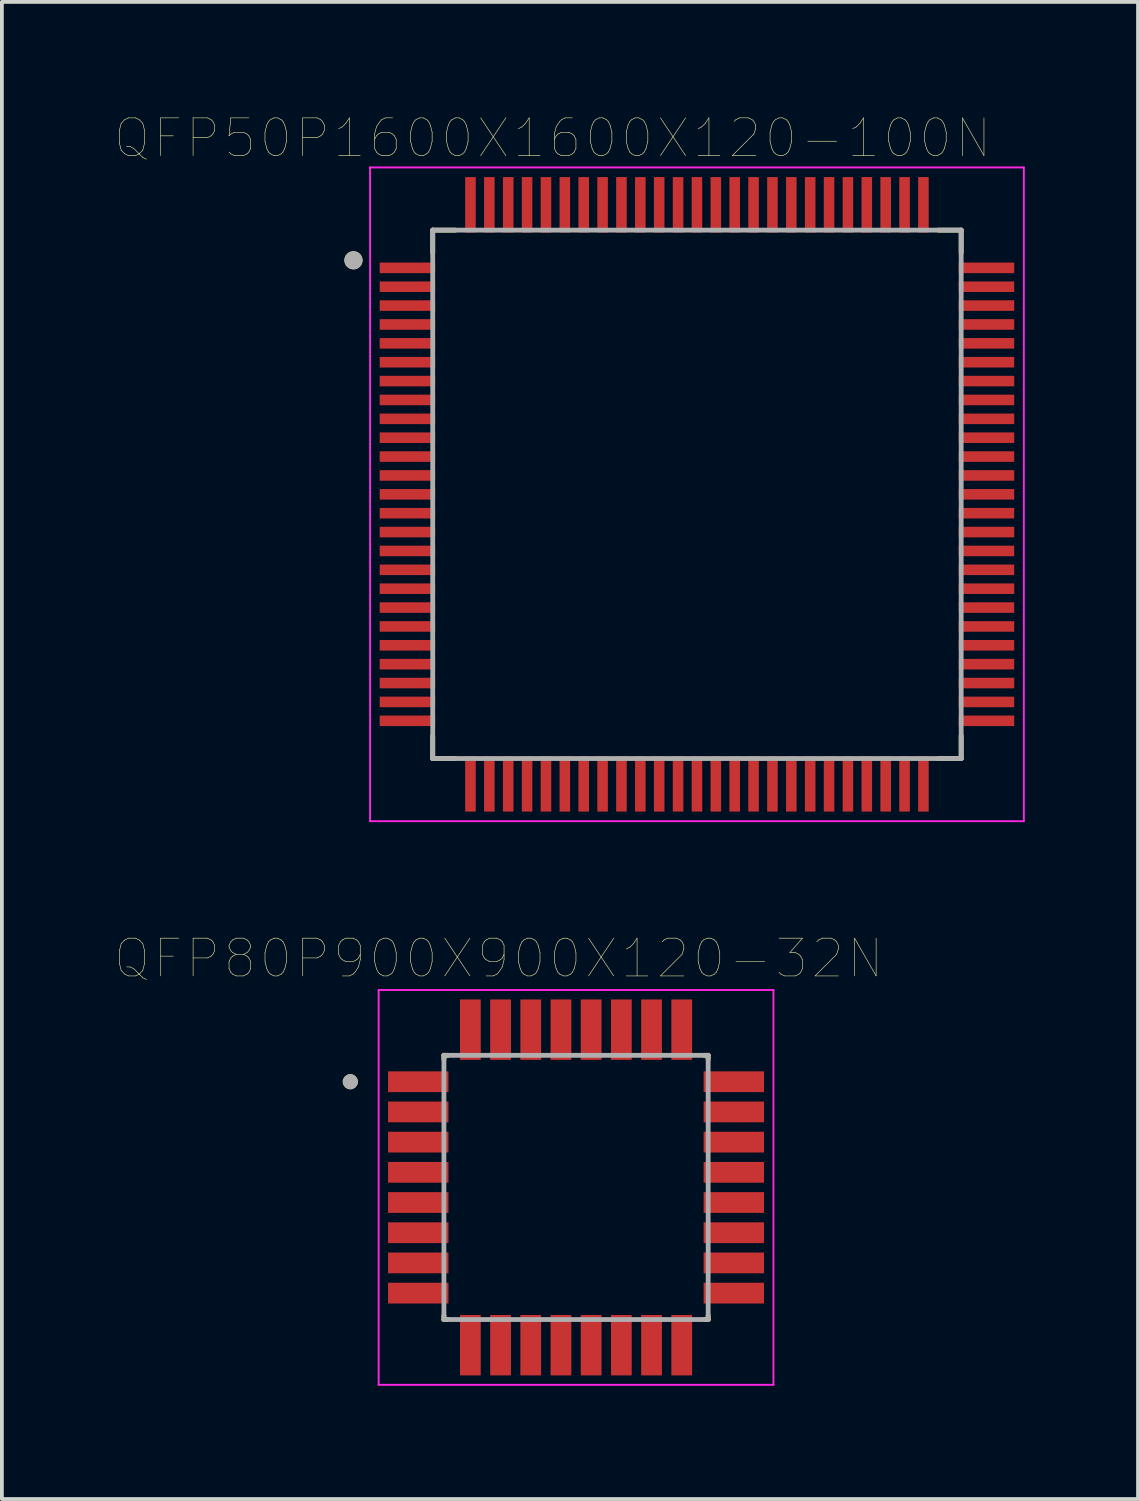
<source format=kicad_pcb>
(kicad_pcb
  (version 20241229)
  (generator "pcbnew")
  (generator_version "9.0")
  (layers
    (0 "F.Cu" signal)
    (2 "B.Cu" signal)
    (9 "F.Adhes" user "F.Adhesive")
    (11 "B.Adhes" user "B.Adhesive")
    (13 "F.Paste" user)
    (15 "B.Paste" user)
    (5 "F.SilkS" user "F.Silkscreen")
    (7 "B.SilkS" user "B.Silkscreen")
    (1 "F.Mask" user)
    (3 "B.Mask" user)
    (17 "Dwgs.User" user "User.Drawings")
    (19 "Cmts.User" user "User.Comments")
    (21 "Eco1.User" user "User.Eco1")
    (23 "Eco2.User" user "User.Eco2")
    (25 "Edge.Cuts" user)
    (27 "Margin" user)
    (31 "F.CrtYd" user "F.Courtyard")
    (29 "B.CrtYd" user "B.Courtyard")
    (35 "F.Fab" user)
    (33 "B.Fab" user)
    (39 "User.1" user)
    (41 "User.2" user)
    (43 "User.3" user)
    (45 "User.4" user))
  (footprint "QFP50P1600X1600X120-100N"
    (layer "F.Cu")
    (at 15.414 10.046)
    (property "Reference" "QFP50P1600X1600X120-100N" (at -3.825 -9.435 0) (layer "F.SilkS") (effects (font (size 1 1) (thickness 0.015))))
    (attr through_hole)
    (fp_line (start -7 -7) (end -6.4 -7) (stroke (width 0.127) (type solid)) (layer "F.SilkS"))
    (fp_line (start -7 -6.4) (end -7 -7) (stroke (width 0.127) (type solid)) (layer "F.SilkS"))
    (fp_line (start -7 7) (end -7 6.4) (stroke (width 0.127) (type solid)) (layer "F.SilkS"))
    (fp_line (start -6.4 7) (end -7 7) (stroke (width 0.127) (type solid)) (layer "F.SilkS"))
    (fp_line (start 6.4 -7) (end 7 -7) (stroke (width 0.127) (type solid)) (layer "F.SilkS"))
    (fp_line (start 7 -7) (end 7 -6.4) (stroke (width 0.127) (type solid)) (layer "F.SilkS"))
    (fp_line (start 7 6.4) (end 7 7) (stroke (width 0.127) (type solid)) (layer "F.SilkS"))
    (fp_line (start 7 7) (end 6.4 7) (stroke (width 0.127) (type solid)) (layer "F.SilkS"))
    (fp_circle (center -9.1 -6.2) (end -8.98 -6.2) (stroke (width 0.24) (type solid)) (fill no) (layer "F.SilkS"))
    (fp_line (start -8.66 -8.66) (end 8.66 -8.66) (stroke (width 0.05) (type solid)) (layer "F.CrtYd"))
    (fp_line (start -8.66 8.66) (end -8.66 -8.66) (stroke (width 0.05) (type solid)) (layer "F.CrtYd"))
    (fp_line (start 8.66 -8.66) (end 8.66 8.66) (stroke (width 0.05) (type solid)) (layer "F.CrtYd"))
    (fp_line (start 8.66 8.66) (end -8.66 8.66) (stroke (width 0.05) (type solid)) (layer "F.CrtYd"))
    (fp_line (start -7 -7) (end 7 -7) (stroke (width 0.127) (type solid)) (layer "F.Fab"))
    (fp_line (start -7 7) (end -7 -7) (stroke (width 0.127) (type solid)) (layer "F.Fab"))
    (fp_line (start 7 -7) (end 7 7) (stroke (width 0.127) (type solid)) (layer "F.Fab"))
    (fp_line (start 7 7) (end -7 7) (stroke (width 0.127) (type solid)) (layer "F.Fab"))
    (fp_circle (center -9.1 -6.2) (end -8.98 -6.2) (stroke (width 0.24) (type solid)) (fill no) (layer "F.Fab"))
    (pad "1" smd rect (at -7.67 -6) (size 1.47 0.28) (layers "F.Cu" "F.Mask" "F.Paste"))
    (pad "2" smd rect (at -7.67 -5.5) (size 1.47 0.28) (layers "F.Cu" "F.Mask" "F.Paste"))
    (pad "3" smd rect (at -7.67 -5) (size 1.47 0.28) (layers "F.Cu" "F.Mask" "F.Paste"))
    (pad "4" smd rect (at -7.67 -4.5) (size 1.47 0.28) (layers "F.Cu" "F.Mask" "F.Paste"))
    (pad "5" smd rect (at -7.67 -4) (size 1.47 0.28) (layers "F.Cu" "F.Mask" "F.Paste"))
    (pad "6" smd rect (at -7.67 -3.5) (size 1.47 0.28) (layers "F.Cu" "F.Mask" "F.Paste"))
    (pad "7" smd rect (at -7.67 -3) (size 1.47 0.28) (layers "F.Cu" "F.Mask" "F.Paste"))
    (pad "8" smd rect (at -7.67 -2.5) (size 1.47 0.28) (layers "F.Cu" "F.Mask" "F.Paste"))
    (pad "9" smd rect (at -7.67 -2) (size 1.47 0.28) (layers "F.Cu" "F.Mask" "F.Paste"))
    (pad "10" smd rect (at -7.67 -1.5) (size 1.47 0.28) (layers "F.Cu" "F.Mask" "F.Paste"))
    (pad "11" smd rect (at -7.67 -1) (size 1.47 0.28) (layers "F.Cu" "F.Mask" "F.Paste"))
    (pad "12" smd rect (at -7.67 -0.5) (size 1.47 0.28) (layers "F.Cu" "F.Mask" "F.Paste"))
    (pad "13" smd rect (at -7.67 0) (size 1.47 0.28) (layers "F.Cu" "F.Mask" "F.Paste"))
    (pad "14" smd rect (at -7.67 0.5) (size 1.47 0.28) (layers "F.Cu" "F.Mask" "F.Paste"))
    (pad "15" smd rect (at -7.67 1) (size 1.47 0.28) (layers "F.Cu" "F.Mask" "F.Paste"))
    (pad "16" smd rect (at -7.67 1.5) (size 1.47 0.28) (layers "F.Cu" "F.Mask" "F.Paste"))
    (pad "17" smd rect (at -7.67 2) (size 1.47 0.28) (layers "F.Cu" "F.Mask" "F.Paste"))
    (pad "18" smd rect (at -7.67 2.5) (size 1.47 0.28) (layers "F.Cu" "F.Mask" "F.Paste"))
    (pad "19" smd rect (at -7.67 3) (size 1.47 0.28) (layers "F.Cu" "F.Mask" "F.Paste"))
    (pad "20" smd rect (at -7.67 3.5) (size 1.47 0.28) (layers "F.Cu" "F.Mask" "F.Paste"))
    (pad "21" smd rect (at -7.67 4) (size 1.47 0.28) (layers "F.Cu" "F.Mask" "F.Paste"))
    (pad "22" smd rect (at -7.67 4.5) (size 1.47 0.28) (layers "F.Cu" "F.Mask" "F.Paste"))
    (pad "23" smd rect (at -7.67 5) (size 1.47 0.28) (layers "F.Cu" "F.Mask" "F.Paste"))
    (pad "24" smd rect (at -7.67 5.5) (size 1.47 0.28) (layers "F.Cu" "F.Mask" "F.Paste"))
    (pad "25" smd rect (at -7.67 6) (size 1.47 0.28) (layers "F.Cu" "F.Mask" "F.Paste"))
    (pad "26" smd rect (at -6 7.67) (size 0.28 1.47) (layers "F.Cu" "F.Mask" "F.Paste"))
    (pad "27" smd rect (at -5.5 7.67) (size 0.28 1.47) (layers "F.Cu" "F.Mask" "F.Paste"))
    (pad "28" smd rect (at -5 7.67) (size 0.28 1.47) (layers "F.Cu" "F.Mask" "F.Paste"))
    (pad "29" smd rect (at -4.5 7.67) (size 0.28 1.47) (layers "F.Cu" "F.Mask" "F.Paste"))
    (pad "30" smd rect (at -4 7.67) (size 0.28 1.47) (layers "F.Cu" "F.Mask" "F.Paste"))
    (pad "31" smd rect (at -3.5 7.67) (size 0.28 1.47) (layers "F.Cu" "F.Mask" "F.Paste"))
    (pad "32" smd rect (at -3 7.67) (size 0.28 1.47) (layers "F.Cu" "F.Mask" "F.Paste"))
    (pad "33" smd rect (at -2.5 7.67) (size 0.28 1.47) (layers "F.Cu" "F.Mask" "F.Paste"))
    (pad "34" smd rect (at -2 7.67) (size 0.28 1.47) (layers "F.Cu" "F.Mask" "F.Paste"))
    (pad "35" smd rect (at -1.5 7.67) (size 0.28 1.47) (layers "F.Cu" "F.Mask" "F.Paste"))
    (pad "36" smd rect (at -1 7.67) (size 0.28 1.47) (layers "F.Cu" "F.Mask" "F.Paste"))
    (pad "37" smd rect (at -0.5 7.67) (size 0.28 1.47) (layers "F.Cu" "F.Mask" "F.Paste"))
    (pad "38" smd rect (at 0 7.67) (size 0.28 1.47) (layers "F.Cu" "F.Mask" "F.Paste"))
    (pad "39" smd rect (at 0.5 7.67) (size 0.28 1.47) (layers "F.Cu" "F.Mask" "F.Paste"))
    (pad "40" smd rect (at 1 7.67) (size 0.28 1.47) (layers "F.Cu" "F.Mask" "F.Paste"))
    (pad "41" smd rect (at 1.5 7.67) (size 0.28 1.47) (layers "F.Cu" "F.Mask" "F.Paste"))
    (pad "42" smd rect (at 2 7.67) (size 0.28 1.47) (layers "F.Cu" "F.Mask" "F.Paste"))
    (pad "43" smd rect (at 2.5 7.67) (size 0.28 1.47) (layers "F.Cu" "F.Mask" "F.Paste"))
    (pad "44" smd rect (at 3 7.67) (size 0.28 1.47) (layers "F.Cu" "F.Mask" "F.Paste"))
    (pad "45" smd rect (at 3.5 7.67) (size 0.28 1.47) (layers "F.Cu" "F.Mask" "F.Paste"))
    (pad "46" smd rect (at 4 7.67) (size 0.28 1.47) (layers "F.Cu" "F.Mask" "F.Paste"))
    (pad "47" smd rect (at 4.5 7.67) (size 0.28 1.47) (layers "F.Cu" "F.Mask" "F.Paste"))
    (pad "48" smd rect (at 5 7.67) (size 0.28 1.47) (layers "F.Cu" "F.Mask" "F.Paste"))
    (pad "49" smd rect (at 5.5 7.67) (size 0.28 1.47) (layers "F.Cu" "F.Mask" "F.Paste"))
    (pad "50" smd rect (at 6 7.67) (size 0.28 1.47) (layers "F.Cu" "F.Mask" "F.Paste"))
    (pad "51" smd rect (at 7.67 6) (size 1.47 0.28) (layers "F.Cu" "F.Mask" "F.Paste"))
    (pad "52" smd rect (at 7.67 5.5) (size 1.47 0.28) (layers "F.Cu" "F.Mask" "F.Paste"))
    (pad "53" smd rect (at 7.67 5) (size 1.47 0.28) (layers "F.Cu" "F.Mask" "F.Paste"))
    (pad "54" smd rect (at 7.67 4.5) (size 1.47 0.28) (layers "F.Cu" "F.Mask" "F.Paste"))
    (pad "55" smd rect (at 7.67 4) (size 1.47 0.28) (layers "F.Cu" "F.Mask" "F.Paste"))
    (pad "56" smd rect (at 7.67 3.5) (size 1.47 0.28) (layers "F.Cu" "F.Mask" "F.Paste"))
    (pad "57" smd rect (at 7.67 3) (size 1.47 0.28) (layers "F.Cu" "F.Mask" "F.Paste"))
    (pad "58" smd rect (at 7.67 2.5) (size 1.47 0.28) (layers "F.Cu" "F.Mask" "F.Paste"))
    (pad "59" smd rect (at 7.67 2) (size 1.47 0.28) (layers "F.Cu" "F.Mask" "F.Paste"))
    (pad "60" smd rect (at 7.67 1.5) (size 1.47 0.28) (layers "F.Cu" "F.Mask" "F.Paste"))
    (pad "61" smd rect (at 7.67 1) (size 1.47 0.28) (layers "F.Cu" "F.Mask" "F.Paste"))
    (pad "62" smd rect (at 7.67 0.5) (size 1.47 0.28) (layers "F.Cu" "F.Mask" "F.Paste"))
    (pad "63" smd rect (at 7.67 0) (size 1.47 0.28) (layers "F.Cu" "F.Mask" "F.Paste"))
    (pad "64" smd rect (at 7.67 -0.5) (size 1.47 0.28) (layers "F.Cu" "F.Mask" "F.Paste"))
    (pad "65" smd rect (at 7.67 -1) (size 1.47 0.28) (layers "F.Cu" "F.Mask" "F.Paste"))
    (pad "66" smd rect (at 7.67 -1.5) (size 1.47 0.28) (layers "F.Cu" "F.Mask" "F.Paste"))
    (pad "67" smd rect (at 7.67 -2) (size 1.47 0.28) (layers "F.Cu" "F.Mask" "F.Paste"))
    (pad "68" smd rect (at 7.67 -2.5) (size 1.47 0.28) (layers "F.Cu" "F.Mask" "F.Paste"))
    (pad "69" smd rect (at 7.67 -3) (size 1.47 0.28) (layers "F.Cu" "F.Mask" "F.Paste"))
    (pad "70" smd rect (at 7.67 -3.5) (size 1.47 0.28) (layers "F.Cu" "F.Mask" "F.Paste"))
    (pad "71" smd rect (at 7.67 -4) (size 1.47 0.28) (layers "F.Cu" "F.Mask" "F.Paste"))
    (pad "72" smd rect (at 7.67 -4.5) (size 1.47 0.28) (layers "F.Cu" "F.Mask" "F.Paste"))
    (pad "73" smd rect (at 7.67 -5) (size 1.47 0.28) (layers "F.Cu" "F.Mask" "F.Paste"))
    (pad "74" smd rect (at 7.67 -5.5) (size 1.47 0.28) (layers "F.Cu" "F.Mask" "F.Paste"))
    (pad "75" smd rect (at 7.67 -6) (size 1.47 0.28) (layers "F.Cu" "F.Mask" "F.Paste"))
    (pad "76" smd rect (at 6 -7.67) (size 0.28 1.47) (layers "F.Cu" "F.Mask" "F.Paste"))
    (pad "77" smd rect (at 5.5 -7.67) (size 0.28 1.47) (layers "F.Cu" "F.Mask" "F.Paste"))
    (pad "78" smd rect (at 5 -7.67) (size 0.28 1.47) (layers "F.Cu" "F.Mask" "F.Paste"))
    (pad "79" smd rect (at 4.5 -7.67) (size 0.28 1.47) (layers "F.Cu" "F.Mask" "F.Paste"))
    (pad "80" smd rect (at 4 -7.67) (size 0.28 1.47) (layers "F.Cu" "F.Mask" "F.Paste"))
    (pad "81" smd rect (at 3.5 -7.67) (size 0.28 1.47) (layers "F.Cu" "F.Mask" "F.Paste"))
    (pad "82" smd rect (at 3 -7.67) (size 0.28 1.47) (layers "F.Cu" "F.Mask" "F.Paste"))
    (pad "83" smd rect (at 2.5 -7.67) (size 0.28 1.47) (layers "F.Cu" "F.Mask" "F.Paste"))
    (pad "84" smd rect (at 2 -7.67) (size 0.28 1.47) (layers "F.Cu" "F.Mask" "F.Paste"))
    (pad "85" smd rect (at 1.5 -7.67) (size 0.28 1.47) (layers "F.Cu" "F.Mask" "F.Paste"))
    (pad "86" smd rect (at 1 -7.67) (size 0.28 1.47) (layers "F.Cu" "F.Mask" "F.Paste"))
    (pad "87" smd rect (at 0.5 -7.67) (size 0.28 1.47) (layers "F.Cu" "F.Mask" "F.Paste"))
    (pad "88" smd rect (at 0 -7.67) (size 0.28 1.47) (layers "F.Cu" "F.Mask" "F.Paste"))
    (pad "89" smd rect (at -0.5 -7.67) (size 0.28 1.47) (layers "F.Cu" "F.Mask" "F.Paste"))
    (pad "90" smd rect (at -1 -7.67) (size 0.28 1.47) (layers "F.Cu" "F.Mask" "F.Paste"))
    (pad "91" smd rect (at -1.5 -7.67) (size 0.28 1.47) (layers "F.Cu" "F.Mask" "F.Paste"))
    (pad "92" smd rect (at -2 -7.67) (size 0.28 1.47) (layers "F.Cu" "F.Mask" "F.Paste"))
    (pad "93" smd rect (at -2.5 -7.67) (size 0.28 1.47) (layers "F.Cu" "F.Mask" "F.Paste"))
    (pad "94" smd rect (at -3 -7.67) (size 0.28 1.47) (layers "F.Cu" "F.Mask" "F.Paste"))
    (pad "95" smd rect (at -3.5 -7.67) (size 0.28 1.47) (layers "F.Cu" "F.Mask" "F.Paste"))
    (pad "96" smd rect (at -4 -7.67) (size 0.28 1.47) (layers "F.Cu" "F.Mask" "F.Paste"))
    (pad "97" smd rect (at -4.5 -7.67) (size 0.28 1.47) (layers "F.Cu" "F.Mask" "F.Paste"))
    (pad "98" smd rect (at -5 -7.67) (size 0.28 1.47) (layers "F.Cu" "F.Mask" "F.Paste"))
    (pad "99" smd rect (at -5.5 -7.67) (size 0.28 1.47) (layers "F.Cu" "F.Mask" "F.Paste"))
    (pad "100" smd rect (at -6 -7.67) (size 0.28 1.47) (layers "F.Cu" "F.Mask" "F.Paste")))
  (footprint "QFP80P900X900X120-32N"
    (layer "F.Cu")
    (at 12.211 28.408)
    (property "Reference" "QFP80P900X900X120-32N" (at -2.05 -6.065 0) (layer "F.SilkS") (effects (font (size 1 1) (thickness 0.015))))
    (attr through_hole)
    (fp_line (start -3.5 -3.5) (end -3.5 -3.395) (stroke (width 0.127) (type solid)) (layer "F.SilkS"))
    (fp_line (start -3.5 -3.5) (end -3.395 -3.5) (stroke (width 0.127) (type solid)) (layer "F.SilkS"))
    (fp_line (start -3.5 3.5) (end -3.5 3.395) (stroke (width 0.127) (type solid)) (layer "F.SilkS"))
    (fp_line (start -3.5 3.5) (end -3.395 3.5) (stroke (width 0.127) (type solid)) (layer "F.SilkS"))
    (fp_line (start 3.5 -3.5) (end 3.395 -3.5) (stroke (width 0.127) (type solid)) (layer "F.SilkS"))
    (fp_line (start 3.5 -3.5) (end 3.5 -3.395) (stroke (width 0.127) (type solid)) (layer "F.SilkS"))
    (fp_line (start 3.5 3.5) (end 3.395 3.5) (stroke (width 0.127) (type solid)) (layer "F.SilkS"))
    (fp_line (start 3.5 3.5) (end 3.5 3.395) (stroke (width 0.127) (type solid)) (layer "F.SilkS"))
    (fp_circle (center -5.98 -2.8) (end -5.88 -2.8) (stroke (width 0.2) (type solid)) (fill no) (layer "F.SilkS"))
    (fp_line (start -5.23 -5.23) (end 5.23 -5.23) (stroke (width 0.05) (type solid)) (layer "F.CrtYd"))
    (fp_line (start -5.23 5.23) (end -5.23 -5.23) (stroke (width 0.05) (type solid)) (layer "F.CrtYd"))
    (fp_line (start -5.23 5.23) (end 5.23 5.23) (stroke (width 0.05) (type solid)) (layer "F.CrtYd"))
    (fp_line (start 5.23 5.23) (end 5.23 -5.23) (stroke (width 0.05) (type solid)) (layer "F.CrtYd"))
    (fp_line (start -3.5 3.5) (end -3.5 -3.5) (stroke (width 0.127) (type solid)) (layer "F.Fab"))
    (fp_line (start 3.5 -3.5) (end -3.5 -3.5) (stroke (width 0.127) (type solid)) (layer "F.Fab"))
    (fp_line (start 3.5 3.5) (end -3.5 3.5) (stroke (width 0.127) (type solid)) (layer "F.Fab"))
    (fp_line (start 3.5 3.5) (end 3.5 -3.5) (stroke (width 0.127) (type solid)) (layer "F.Fab"))
    (fp_circle (center -5.98 -2.8) (end -5.88 -2.8) (stroke (width 0.2) (type solid)) (fill no) (layer "F.Fab"))
    (pad "1" smd rect (at -4.18 -2.8) (size 1.6 0.55) (layers "F.Cu" "F.Mask" "F.Paste"))
    (pad "2" smd rect (at -4.18 -2) (size 1.6 0.55) (layers "F.Cu" "F.Mask" "F.Paste"))
    (pad "3" smd rect (at -4.18 -1.2) (size 1.6 0.55) (layers "F.Cu" "F.Mask" "F.Paste"))
    (pad "4" smd rect (at -4.18 -0.4) (size 1.6 0.55) (layers "F.Cu" "F.Mask" "F.Paste"))
    (pad "5" smd rect (at -4.18 0.4) (size 1.6 0.55) (layers "F.Cu" "F.Mask" "F.Paste"))
    (pad "6" smd rect (at -4.18 1.2) (size 1.6 0.55) (layers "F.Cu" "F.Mask" "F.Paste"))
    (pad "7" smd rect (at -4.18 2) (size 1.6 0.55) (layers "F.Cu" "F.Mask" "F.Paste"))
    (pad "8" smd rect (at -4.18 2.8) (size 1.6 0.55) (layers "F.Cu" "F.Mask" "F.Paste"))
    (pad "9" smd rect (at -2.8 4.18) (size 0.55 1.6) (layers "F.Cu" "F.Mask" "F.Paste"))
    (pad "10" smd rect (at -2 4.18) (size 0.55 1.6) (layers "F.Cu" "F.Mask" "F.Paste"))
    (pad "11" smd rect (at -1.2 4.18) (size 0.55 1.6) (layers "F.Cu" "F.Mask" "F.Paste"))
    (pad "12" smd rect (at -0.4 4.18) (size 0.55 1.6) (layers "F.Cu" "F.Mask" "F.Paste"))
    (pad "13" smd rect (at 0.4 4.18) (size 0.55 1.6) (layers "F.Cu" "F.Mask" "F.Paste"))
    (pad "14" smd rect (at 1.2 4.18) (size 0.55 1.6) (layers "F.Cu" "F.Mask" "F.Paste"))
    (pad "15" smd rect (at 2 4.18) (size 0.55 1.6) (layers "F.Cu" "F.Mask" "F.Paste"))
    (pad "16" smd rect (at 2.8 4.18) (size 0.55 1.6) (layers "F.Cu" "F.Mask" "F.Paste"))
    (pad "17" smd rect (at 4.18 2.8) (size 1.6 0.55) (layers "F.Cu" "F.Mask" "F.Paste"))
    (pad "18" smd rect (at 4.18 2) (size 1.6 0.55) (layers "F.Cu" "F.Mask" "F.Paste"))
    (pad "19" smd rect (at 4.18 1.2) (size 1.6 0.55) (layers "F.Cu" "F.Mask" "F.Paste"))
    (pad "20" smd rect (at 4.18 0.4) (size 1.6 0.55) (layers "F.Cu" "F.Mask" "F.Paste"))
    (pad "21" smd rect (at 4.18 -0.4) (size 1.6 0.55) (layers "F.Cu" "F.Mask" "F.Paste"))
    (pad "22" smd rect (at 4.18 -1.2) (size 1.6 0.55) (layers "F.Cu" "F.Mask" "F.Paste"))
    (pad "23" smd rect (at 4.18 -2) (size 1.6 0.55) (layers "F.Cu" "F.Mask" "F.Paste"))
    (pad "24" smd rect (at 4.18 -2.8) (size 1.6 0.55) (layers "F.Cu" "F.Mask" "F.Paste"))
    (pad "25" smd rect (at 2.8 -4.18) (size 0.55 1.6) (layers "F.Cu" "F.Mask" "F.Paste"))
    (pad "26" smd rect (at 2 -4.18) (size 0.55 1.6) (layers "F.Cu" "F.Mask" "F.Paste"))
    (pad "27" smd rect (at 1.2 -4.18) (size 0.55 1.6) (layers "F.Cu" "F.Mask" "F.Paste"))
    (pad "28" smd rect (at 0.4 -4.18) (size 0.55 1.6) (layers "F.Cu" "F.Mask" "F.Paste"))
    (pad "29" smd rect (at -0.4 -4.18) (size 0.55 1.6) (layers "F.Cu" "F.Mask" "F.Paste"))
    (pad "30" smd rect (at -1.2 -4.18) (size 0.55 1.6) (layers "F.Cu" "F.Mask" "F.Paste"))
    (pad "31" smd rect (at -2 -4.18) (size 0.55 1.6) (layers "F.Cu" "F.Mask" "F.Paste"))
    (pad "32" smd rect (at -2.8 -4.18) (size 0.55 1.6) (layers "F.Cu" "F.Mask" "F.Paste")))
  (gr_rect
    (start -3 -3)
    (end 27.099 36.663)
    (stroke (width 0.1) (type default))
    (fill no)
    (layer "Edge.Cuts")))
</source>
